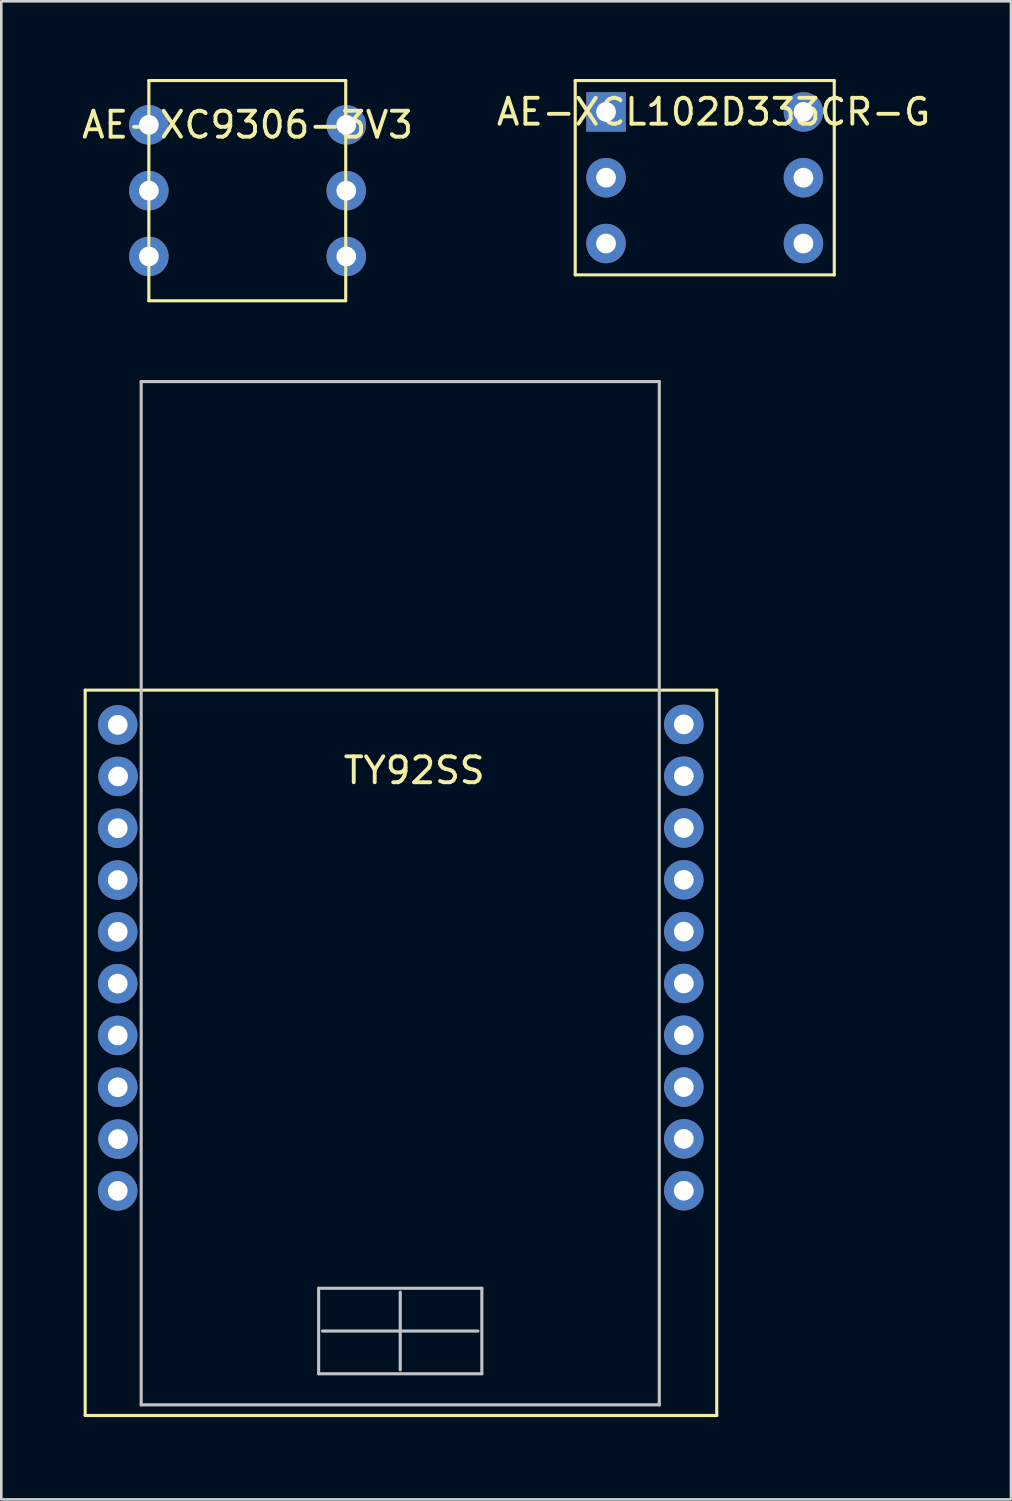
<source format=kicad_pcb>
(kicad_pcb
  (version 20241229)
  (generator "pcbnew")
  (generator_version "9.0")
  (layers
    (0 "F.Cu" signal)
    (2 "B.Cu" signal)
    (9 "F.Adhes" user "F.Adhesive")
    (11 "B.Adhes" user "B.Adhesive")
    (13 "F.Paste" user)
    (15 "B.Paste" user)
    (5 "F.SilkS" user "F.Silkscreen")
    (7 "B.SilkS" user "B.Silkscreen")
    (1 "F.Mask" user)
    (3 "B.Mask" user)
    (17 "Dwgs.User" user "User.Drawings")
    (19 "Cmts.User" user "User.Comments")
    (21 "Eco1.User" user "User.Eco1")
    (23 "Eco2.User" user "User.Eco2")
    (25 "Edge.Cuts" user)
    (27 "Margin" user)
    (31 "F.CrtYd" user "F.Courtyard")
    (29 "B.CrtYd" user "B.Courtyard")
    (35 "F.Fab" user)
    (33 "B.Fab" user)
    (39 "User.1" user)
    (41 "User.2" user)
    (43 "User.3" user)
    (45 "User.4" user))
  (footprint "AE-XC9306-3V3"
    (layer "F.Cu")
    (at 2.696 1.77)
    (property "Reference" "AE-XC9306-3V3" (at 3.81 0 0) (layer "F.SilkS") (effects (font (size 1 1) (thickness 0.15))))
    (attr through_hole)
    (fp_line (start 0 -1.71) (end 7.6 -1.71) (stroke (width 0.12) (type solid)) (layer "F.SilkS"))
    (fp_line (start 0 6.79) (end 0 -1.71) (stroke (width 0.12) (type solid)) (layer "F.SilkS"))
    (fp_line (start 7.6 -1.71) (end 7.6 6.79) (stroke (width 0.12) (type solid)) (layer "F.SilkS"))
    (fp_line (start 7.6 6.79) (end 0 6.79) (stroke (width 0.12) (type solid)) (layer "F.SilkS"))
    (pad "1" thru_hole circle (at 7.62 0 90) (size 1.524 1.524) (drill 0.762) (layers "*.Cu" "*.Mask"))
    (pad "2" thru_hole circle (at 7.62 2.54 90) (size 1.524 1.524) (drill 0.762) (layers "*.Cu" "*.Mask"))
    (pad "3" thru_hole circle (at 7.62 5.08 90) (size 1.524 1.524) (drill 0.762) (layers "*.Cu" "*.Mask"))
    (pad "4" thru_hole circle (at 0 5.08 90) (size 1.524 1.524) (drill 0.762) (layers "*.Cu" "*.Mask"))
    (pad "5" thru_hole circle (at 0 2.54 90) (size 1.524 1.524) (drill 0.762) (layers "*.Cu" "*.Mask"))
    (pad "6" thru_hole circle (at 0 0 90) (size 1.524 1.524) (drill 0.762) (layers "*.Cu" "*.Mask")))
  (footprint "TY92SS"
    (layer "F.Cu")
    (at 0.25 51.58)
    (property "Reference" "TY92SS" (at 12.688 -24.889 0) (layer "F.SilkS") (effects (font (size 1 1) (thickness 0.15))))
    (attr through_hole)
    (fp_line (start -0.012 -27.989) (end -0.012 0.011) (stroke (width 0.12) (type solid)) (layer "F.SilkS"))
    (fp_line (start -0.012 -27.989) (end 24.368 -27.989) (stroke (width 0.12) (type solid)) (layer "F.SilkS"))
    (fp_line (start -0.012 0.011) (end 24.368 0.011) (stroke (width 0.12) (type solid)) (layer "F.SilkS"))
    (fp_line (start 24.368 0.011) (end 24.368 -27.989) (stroke (width 0.12) (type solid)) (layer "F.SilkS"))
    (fp_line (start 2.15 -39.9) (end 2.15 -0.4) (stroke (width 0.12) (type solid)) (layer "Dwgs.User"))
    (fp_line (start 2.15 -0.4) (end 22.15 -0.4) (stroke (width 0.12) (type solid)) (layer "Dwgs.User"))
    (fp_line (start 9 -4.9) (end 9 -1.6) (stroke (width 0.12) (type solid)) (layer "Dwgs.User"))
    (fp_line (start 9 -1.6) (end 15.3 -1.6) (stroke (width 0.12) (type solid)) (layer "Dwgs.User"))
    (fp_line (start 9.15 -3.25) (end 15.15 -3.25) (stroke (width 0.12) (type solid)) (layer "Dwgs.User"))
    (fp_line (start 12.15 -1.75) (end 12.15 -4.75) (stroke (width 0.12) (type solid)) (layer "Dwgs.User"))
    (fp_line (start 15.3 -4.9) (end 9 -4.9) (stroke (width 0.12) (type solid)) (layer "Dwgs.User"))
    (fp_line (start 15.3 -1.6) (end 15.3 -4.9) (stroke (width 0.12) (type solid)) (layer "Dwgs.User"))
    (fp_line (start 22.15 -39.9) (end 2.15 -39.9) (stroke (width 0.12) (type solid)) (layer "Dwgs.User"))
    (fp_line (start 22.15 -0.4) (end 22.15 -39.9) (stroke (width 0.12) (type solid)) (layer "Dwgs.User"))
    (pad "1" thru_hole circle (at 1.245 -26.649) (size 1.524 1.524) (drill 0.762) (layers "*.Cu" "*.Mask"))
    (pad "2" thru_hole circle (at 1.258 -24.659) (size 1.524 1.524) (drill 0.762) (layers "*.Cu" "*.Mask"))
    (pad "3" thru_hole circle (at 1.245 -22.659) (size 1.524 1.524) (drill 0.762) (layers "*.Cu" "*.Mask"))
    (pad "4" thru_hole circle (at 1.245 -20.659) (size 1.524 1.524) (drill 0.762) (layers "*.Cu" "*.Mask"))
    (pad "5" thru_hole circle (at 1.245 -18.659) (size 1.524 1.524) (drill 0.762) (layers "*.Cu" "*.Mask"))
    (pad "6" thru_hole circle (at 1.245 -16.659) (size 1.524 1.524) (drill 0.762) (layers "*.Cu" "*.Mask"))
    (pad "7" thru_hole circle (at 1.245 -14.659) (size 1.524 1.524) (drill 0.762) (layers "*.Cu" "*.Mask"))
    (pad "8" thru_hole circle (at 1.245 -12.659) (size 1.524 1.524) (drill 0.762) (layers "*.Cu" "*.Mask"))
    (pad "9" thru_hole circle (at 1.258 -10.659) (size 1.524 1.524) (drill 0.762) (layers "*.Cu" "*.Mask"))
    (pad "10" thru_hole circle (at 1.245 -8.659) (size 1.524 1.524) (drill 0.762) (layers "*.Cu" "*.Mask"))
    (pad "11" thru_hole circle (at 23.096 -8.667) (size 1.524 1.524) (drill 0.762) (layers "*.Cu" "*.Mask"))
    (pad "12" thru_hole circle (at 23.096 -10.667) (size 1.524 1.524) (drill 0.762) (layers "*.Cu" "*.Mask"))
    (pad "13" thru_hole circle (at 23.096 -12.667) (size 1.524 1.524) (drill 0.762) (layers "*.Cu" "*.Mask"))
    (pad "14" thru_hole circle (at 23.096 -14.667) (size 1.524 1.524) (drill 0.762) (layers "*.Cu" "*.Mask"))
    (pad "15" thru_hole circle (at 23.096 -16.667) (size 1.524 1.524) (drill 0.762) (layers "*.Cu" "*.Mask"))
    (pad "16" thru_hole circle (at 23.096 -18.667) (size 1.524 1.524) (drill 0.762) (layers "*.Cu" "*.Mask"))
    (pad "17" thru_hole circle (at 23.096 -20.667) (size 1.524 1.524) (drill 0.762) (layers "*.Cu" "*.Mask"))
    (pad "18" thru_hole circle (at 23.096 -22.667) (size 1.524 1.524) (drill 0.762) (layers "*.Cu" "*.Mask"))
    (pad "19" thru_hole circle (at 23.096 -24.667) (size 1.524 1.524) (drill 0.762) (layers "*.Cu" "*.Mask"))
    (pad "20" thru_hole circle (at 23.096 -26.667) (size 1.524 1.524) (drill 0.762) (layers "*.Cu" "*.Mask")))
  (footprint "AE-XCL102D333CR-G"
    (layer "F.Cu")
    (at 20.344 1.27)
    (property "Reference" "AE-XCL102D333CR-G" (at 4.15 0 0) (layer "F.SilkS") (effects (font (size 1 1) (thickness 0.15))))
    (attr through_hole)
    (fp_line (start -1.19 -1.21) (end 8.81 -1.21) (stroke (width 0.12) (type solid)) (layer "F.SilkS"))
    (fp_line (start -1.19 6.29) (end -1.19 -1.21) (stroke (width 0.12) (type solid)) (layer "F.SilkS"))
    (fp_line (start 8.81 -1.21) (end 8.81 6.29) (stroke (width 0.12) (type solid)) (layer "F.SilkS"))
    (fp_line (start 8.81 6.29) (end -1.19 6.29) (stroke (width 0.12) (type solid)) (layer "F.SilkS"))
    (pad "1" thru_hole rect (at 0 0) (size 1.524 1.524) (drill 0.762) (layers "*.Cu" "*.Mask"))
    (pad "2" thru_hole circle (at 0 2.54) (size 1.524 1.524) (drill 0.762) (layers "*.Cu" "*.Mask"))
    (pad "3" thru_hole circle (at 0 5.08) (size 1.524 1.524) (drill 0.762) (layers "*.Cu" "*.Mask"))
    (pad "4" thru_hole circle (at 7.62 5.08) (size 1.524 1.524) (drill 0.762) (layers "*.Cu" "*.Mask"))
    (pad "5" thru_hole circle (at 7.62 2.54) (size 1.524 1.524) (drill 0.762) (layers "*.Cu" "*.Mask"))
    (pad "6" thru_hole circle (at 7.62 0) (size 1.524 1.524) (drill 0.762) (layers "*.Cu" "*.Mask")))
  (gr_rect
    (start -3 -3)
    (end 35.976 54.83)
    (stroke (width 0.1) (type default))
    (fill no)
    (layer "Edge.Cuts")))
</source>
